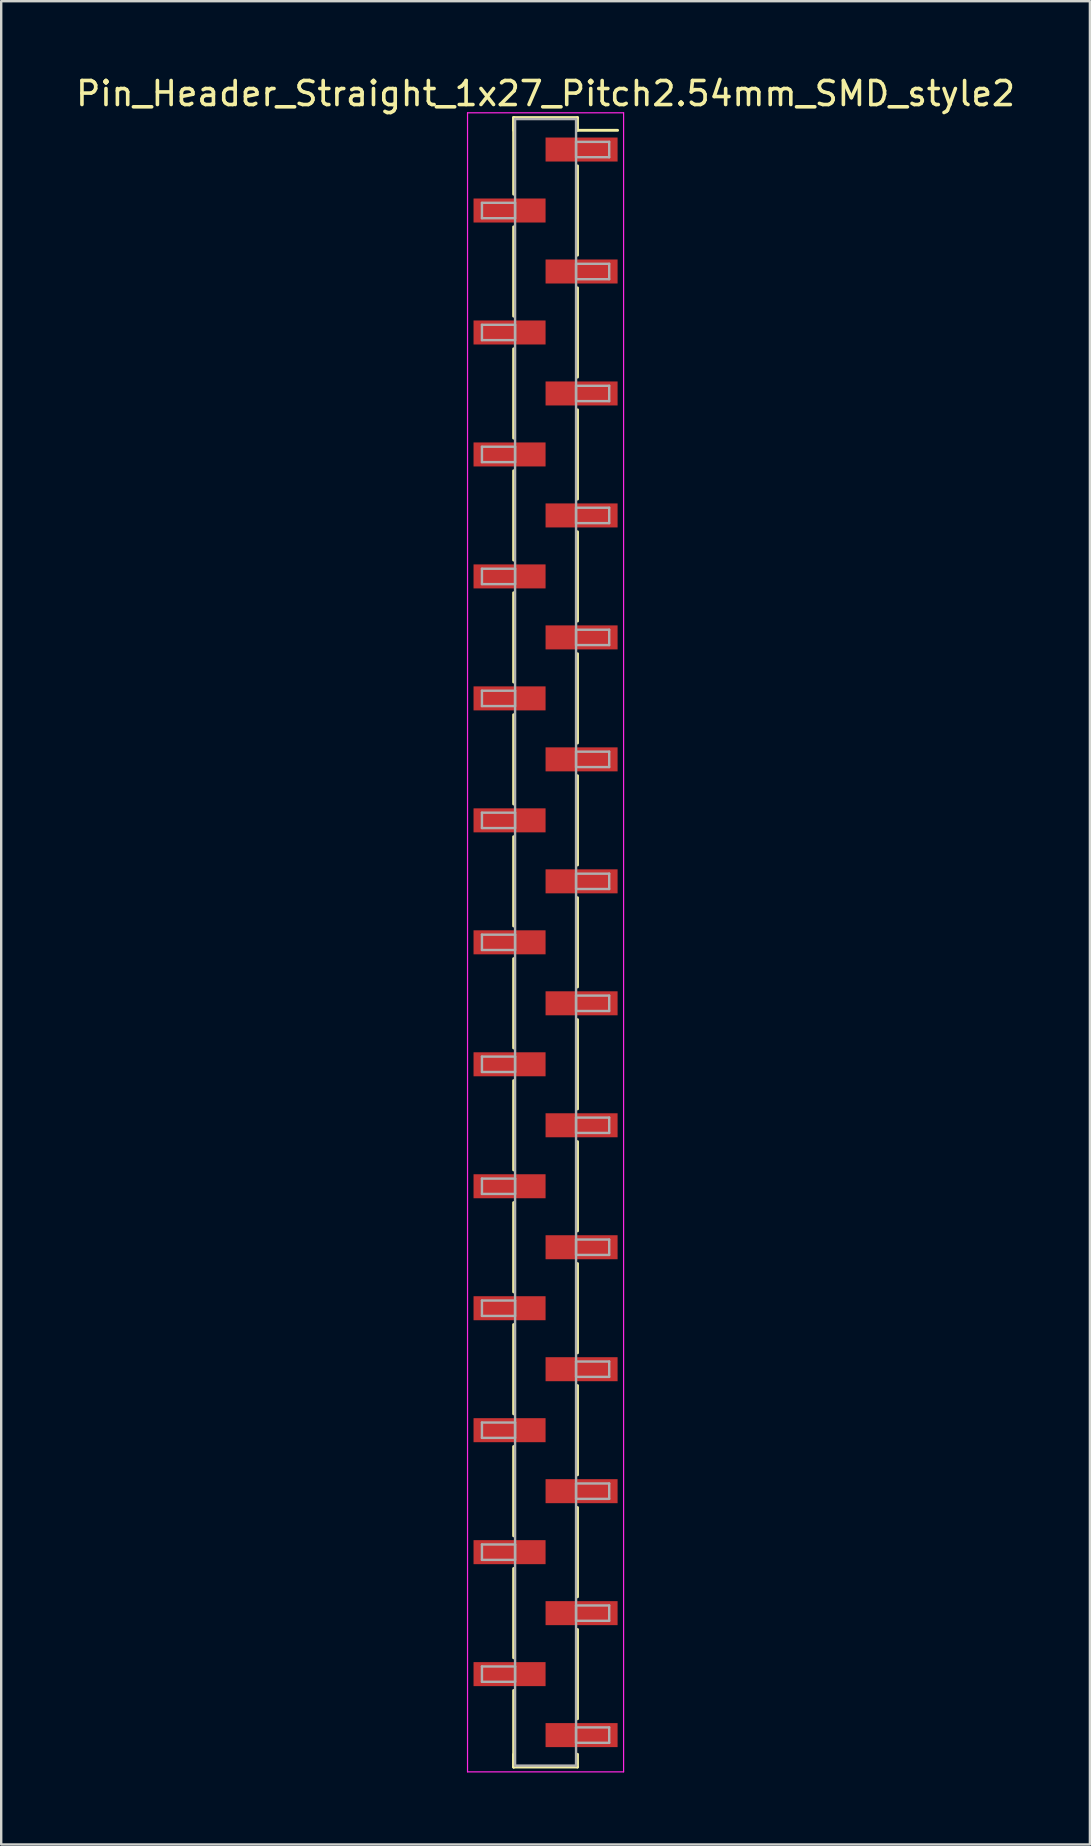
<source format=kicad_pcb>
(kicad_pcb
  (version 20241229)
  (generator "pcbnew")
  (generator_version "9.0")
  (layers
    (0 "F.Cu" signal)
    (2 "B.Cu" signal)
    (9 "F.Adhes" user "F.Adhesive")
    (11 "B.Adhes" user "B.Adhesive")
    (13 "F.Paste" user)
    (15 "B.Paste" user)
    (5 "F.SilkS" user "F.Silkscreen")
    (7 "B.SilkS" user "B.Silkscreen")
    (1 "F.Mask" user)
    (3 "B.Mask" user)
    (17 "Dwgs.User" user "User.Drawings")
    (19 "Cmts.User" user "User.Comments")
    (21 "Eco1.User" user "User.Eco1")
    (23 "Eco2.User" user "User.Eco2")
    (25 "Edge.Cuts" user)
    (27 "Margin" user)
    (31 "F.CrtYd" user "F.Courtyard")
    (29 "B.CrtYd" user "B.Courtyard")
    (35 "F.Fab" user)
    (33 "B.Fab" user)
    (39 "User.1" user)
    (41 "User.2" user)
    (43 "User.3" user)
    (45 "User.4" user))
  (footprint "Pin_Header_Straight_1x27_Pitch2.54mm_SMD_style2"
    (layer "F.Cu")
    (at 19.673 36.198)
    (property "Reference" "Pin_Header_Straight_1x27_Pitch2.54mm_SMD_style2" (at 0 -35.35 0) (layer "F.SilkS") (effects (font (size 1 1) (thickness 0.15))))
    (attr smd)
    (fp_line (start -1.33 -34.35) (end -1.33 -31.16) (stroke (width 0.12) (type solid)) (layer "F.SilkS"))
    (fp_line (start -1.33 -34.35) (end 1.33 -34.35) (stroke (width 0.12) (type solid)) (layer "F.SilkS"))
    (fp_line (start -1.33 -33.82) (end -1.33 -34.35) (stroke (width 0.12) (type solid)) (layer "F.SilkS"))
    (fp_line (start -1.33 -29.8) (end -1.33 -26.08) (stroke (width 0.12) (type solid)) (layer "F.SilkS"))
    (fp_line (start -1.33 -24.72) (end -1.33 -21) (stroke (width 0.12) (type solid)) (layer "F.SilkS"))
    (fp_line (start -1.33 -19.64) (end -1.33 -15.92) (stroke (width 0.12) (type solid)) (layer "F.SilkS"))
    (fp_line (start -1.33 -14.56) (end -1.33 -10.84) (stroke (width 0.12) (type solid)) (layer "F.SilkS"))
    (fp_line (start -1.33 -9.48) (end -1.33 -5.76) (stroke (width 0.12) (type solid)) (layer "F.SilkS"))
    (fp_line (start -1.33 -4.4) (end -1.33 -0.68) (stroke (width 0.12) (type solid)) (layer "F.SilkS"))
    (fp_line (start -1.33 0.68) (end -1.33 4.4) (stroke (width 0.12) (type solid)) (layer "F.SilkS"))
    (fp_line (start -1.33 5.76) (end -1.33 9.48) (stroke (width 0.12) (type solid)) (layer "F.SilkS"))
    (fp_line (start -1.33 10.84) (end -1.33 14.56) (stroke (width 0.12) (type solid)) (layer "F.SilkS"))
    (fp_line (start -1.33 15.92) (end -1.33 19.64) (stroke (width 0.12) (type solid)) (layer "F.SilkS"))
    (fp_line (start -1.33 21) (end -1.33 24.72) (stroke (width 0.12) (type solid)) (layer "F.SilkS"))
    (fp_line (start -1.33 26.08) (end -1.33 29.8) (stroke (width 0.12) (type solid)) (layer "F.SilkS"))
    (fp_line (start -1.33 31.16) (end -1.33 34.35) (stroke (width 0.12) (type solid)) (layer "F.SilkS"))
    (fp_line (start -1.33 33.82) (end -1.33 34.35) (stroke (width 0.12) (type solid)) (layer "F.SilkS"))
    (fp_line (start -1.33 34.35) (end 1.33 34.35) (stroke (width 0.12) (type solid)) (layer "F.SilkS"))
    (fp_line (start 1.33 -34.35) (end 1.33 -33.82) (stroke (width 0.12) (type solid)) (layer "F.SilkS"))
    (fp_line (start 1.33 -33.82) (end 3 -33.82) (stroke (width 0.12) (type solid)) (layer "F.SilkS"))
    (fp_line (start 1.33 -32.34) (end 1.33 -28.62) (stroke (width 0.12) (type solid)) (layer "F.SilkS"))
    (fp_line (start 1.33 -27.26) (end 1.33 -23.54) (stroke (width 0.12) (type solid)) (layer "F.SilkS"))
    (fp_line (start 1.33 -22.18) (end 1.33 -18.46) (stroke (width 0.12) (type solid)) (layer "F.SilkS"))
    (fp_line (start 1.33 -17.1) (end 1.33 -13.38) (stroke (width 0.12) (type solid)) (layer "F.SilkS"))
    (fp_line (start 1.33 -12.02) (end 1.33 -8.3) (stroke (width 0.12) (type solid)) (layer "F.SilkS"))
    (fp_line (start 1.33 -6.94) (end 1.33 -3.22) (stroke (width 0.12) (type solid)) (layer "F.SilkS"))
    (fp_line (start 1.33 -1.86) (end 1.33 1.86) (stroke (width 0.12) (type solid)) (layer "F.SilkS"))
    (fp_line (start 1.33 3.22) (end 1.33 6.94) (stroke (width 0.12) (type solid)) (layer "F.SilkS"))
    (fp_line (start 1.33 8.3) (end 1.33 12.02) (stroke (width 0.12) (type solid)) (layer "F.SilkS"))
    (fp_line (start 1.33 13.38) (end 1.33 17.1) (stroke (width 0.12) (type solid)) (layer "F.SilkS"))
    (fp_line (start 1.33 18.46) (end 1.33 22.18) (stroke (width 0.12) (type solid)) (layer "F.SilkS"))
    (fp_line (start 1.33 23.54) (end 1.33 27.26) (stroke (width 0.12) (type solid)) (layer "F.SilkS"))
    (fp_line (start 1.33 28.62) (end 1.33 32.34) (stroke (width 0.12) (type solid)) (layer "F.SilkS"))
    (fp_line (start 1.33 34.35) (end 1.33 33.82) (stroke (width 0.12) (type solid)) (layer "F.SilkS"))
    (fp_line (start -3.25 -34.55) (end -3.25 34.55) (stroke (width 0.05) (type solid)) (layer "F.CrtYd"))
    (fp_line (start -3.25 34.55) (end 3.25 34.55) (stroke (width 0.05) (type solid)) (layer "F.CrtYd"))
    (fp_line (start 3.25 -34.55) (end -3.25 -34.55) (stroke (width 0.05) (type solid)) (layer "F.CrtYd"))
    (fp_line (start 3.25 34.55) (end 3.25 -34.55) (stroke (width 0.05) (type solid)) (layer "F.CrtYd"))
    (fp_line (start -2.65 -30.8) (end -1.27 -30.8) (stroke (width 0.1) (type solid)) (layer "F.Fab"))
    (fp_line (start -2.65 -30.16) (end -2.65 -30.8) (stroke (width 0.1) (type solid)) (layer "F.Fab"))
    (fp_line (start -2.65 -25.72) (end -1.27 -25.72) (stroke (width 0.1) (type solid)) (layer "F.Fab"))
    (fp_line (start -2.65 -25.08) (end -2.65 -25.72) (stroke (width 0.1) (type solid)) (layer "F.Fab"))
    (fp_line (start -2.65 -20.64) (end -1.27 -20.64) (stroke (width 0.1) (type solid)) (layer "F.Fab"))
    (fp_line (start -2.65 -20) (end -2.65 -20.64) (stroke (width 0.1) (type solid)) (layer "F.Fab"))
    (fp_line (start -2.65 -15.56) (end -1.27 -15.56) (stroke (width 0.1) (type solid)) (layer "F.Fab"))
    (fp_line (start -2.65 -14.92) (end -2.65 -15.56) (stroke (width 0.1) (type solid)) (layer "F.Fab"))
    (fp_line (start -2.65 -10.48) (end -1.27 -10.48) (stroke (width 0.1) (type solid)) (layer "F.Fab"))
    (fp_line (start -2.65 -9.84) (end -2.65 -10.48) (stroke (width 0.1) (type solid)) (layer "F.Fab"))
    (fp_line (start -2.65 -5.4) (end -1.27 -5.4) (stroke (width 0.1) (type solid)) (layer "F.Fab"))
    (fp_line (start -2.65 -4.76) (end -2.65 -5.4) (stroke (width 0.1) (type solid)) (layer "F.Fab"))
    (fp_line (start -2.65 -0.32) (end -1.27 -0.32) (stroke (width 0.1) (type solid)) (layer "F.Fab"))
    (fp_line (start -2.65 0.32) (end -2.65 -0.32) (stroke (width 0.1) (type solid)) (layer "F.Fab"))
    (fp_line (start -2.65 4.76) (end -1.27 4.76) (stroke (width 0.1) (type solid)) (layer "F.Fab"))
    (fp_line (start -2.65 5.4) (end -2.65 4.76) (stroke (width 0.1) (type solid)) (layer "F.Fab"))
    (fp_line (start -2.65 9.84) (end -1.27 9.84) (stroke (width 0.1) (type solid)) (layer "F.Fab"))
    (fp_line (start -2.65 10.48) (end -2.65 9.84) (stroke (width 0.1) (type solid)) (layer "F.Fab"))
    (fp_line (start -2.65 14.92) (end -1.27 14.92) (stroke (width 0.1) (type solid)) (layer "F.Fab"))
    (fp_line (start -2.65 15.56) (end -2.65 14.92) (stroke (width 0.1) (type solid)) (layer "F.Fab"))
    (fp_line (start -2.65 20) (end -1.27 20) (stroke (width 0.1) (type solid)) (layer "F.Fab"))
    (fp_line (start -2.65 20.64) (end -2.65 20) (stroke (width 0.1) (type solid)) (layer "F.Fab"))
    (fp_line (start -2.65 25.08) (end -1.27 25.08) (stroke (width 0.1) (type solid)) (layer "F.Fab"))
    (fp_line (start -2.65 25.72) (end -2.65 25.08) (stroke (width 0.1) (type solid)) (layer "F.Fab"))
    (fp_line (start -2.65 30.16) (end -1.27 30.16) (stroke (width 0.1) (type solid)) (layer "F.Fab"))
    (fp_line (start -2.65 30.8) (end -2.65 30.16) (stroke (width 0.1) (type solid)) (layer "F.Fab"))
    (fp_line (start -1.27 -34.29) (end -1.27 34.29) (stroke (width 0.1) (type solid)) (layer "F.Fab"))
    (fp_line (start -1.27 -30.8) (end -1.27 -30.16) (stroke (width 0.1) (type solid)) (layer "F.Fab"))
    (fp_line (start -1.27 -30.16) (end -2.65 -30.16) (stroke (width 0.1) (type solid)) (layer "F.Fab"))
    (fp_line (start -1.27 -25.72) (end -1.27 -25.08) (stroke (width 0.1) (type solid)) (layer "F.Fab"))
    (fp_line (start -1.27 -25.08) (end -2.65 -25.08) (stroke (width 0.1) (type solid)) (layer "F.Fab"))
    (fp_line (start -1.27 -20.64) (end -1.27 -20) (stroke (width 0.1) (type solid)) (layer "F.Fab"))
    (fp_line (start -1.27 -20) (end -2.65 -20) (stroke (width 0.1) (type solid)) (layer "F.Fab"))
    (fp_line (start -1.27 -15.56) (end -1.27 -14.92) (stroke (width 0.1) (type solid)) (layer "F.Fab"))
    (fp_line (start -1.27 -14.92) (end -2.65 -14.92) (stroke (width 0.1) (type solid)) (layer "F.Fab"))
    (fp_line (start -1.27 -10.48) (end -1.27 -9.84) (stroke (width 0.1) (type solid)) (layer "F.Fab"))
    (fp_line (start -1.27 -9.84) (end -2.65 -9.84) (stroke (width 0.1) (type solid)) (layer "F.Fab"))
    (fp_line (start -1.27 -5.4) (end -1.27 -4.76) (stroke (width 0.1) (type solid)) (layer "F.Fab"))
    (fp_line (start -1.27 -4.76) (end -2.65 -4.76) (stroke (width 0.1) (type solid)) (layer "F.Fab"))
    (fp_line (start -1.27 -0.32) (end -1.27 0.32) (stroke (width 0.1) (type solid)) (layer "F.Fab"))
    (fp_line (start -1.27 0.32) (end -2.65 0.32) (stroke (width 0.1) (type solid)) (layer "F.Fab"))
    (fp_line (start -1.27 4.76) (end -1.27 5.4) (stroke (width 0.1) (type solid)) (layer "F.Fab"))
    (fp_line (start -1.27 5.4) (end -2.65 5.4) (stroke (width 0.1) (type solid)) (layer "F.Fab"))
    (fp_line (start -1.27 9.84) (end -1.27 10.48) (stroke (width 0.1) (type solid)) (layer "F.Fab"))
    (fp_line (start -1.27 10.48) (end -2.65 10.48) (stroke (width 0.1) (type solid)) (layer "F.Fab"))
    (fp_line (start -1.27 14.92) (end -1.27 15.56) (stroke (width 0.1) (type solid)) (layer "F.Fab"))
    (fp_line (start -1.27 15.56) (end -2.65 15.56) (stroke (width 0.1) (type solid)) (layer "F.Fab"))
    (fp_line (start -1.27 20) (end -1.27 20.64) (stroke (width 0.1) (type solid)) (layer "F.Fab"))
    (fp_line (start -1.27 20.64) (end -2.65 20.64) (stroke (width 0.1) (type solid)) (layer "F.Fab"))
    (fp_line (start -1.27 25.08) (end -1.27 25.72) (stroke (width 0.1) (type solid)) (layer "F.Fab"))
    (fp_line (start -1.27 25.72) (end -2.65 25.72) (stroke (width 0.1) (type solid)) (layer "F.Fab"))
    (fp_line (start -1.27 30.16) (end -1.27 30.8) (stroke (width 0.1) (type solid)) (layer "F.Fab"))
    (fp_line (start -1.27 30.8) (end -2.65 30.8) (stroke (width 0.1) (type solid)) (layer "F.Fab"))
    (fp_line (start -1.27 34.29) (end 1.27 34.29) (stroke (width 0.1) (type solid)) (layer "F.Fab"))
    (fp_line (start 1.27 -34.29) (end -1.27 -34.29) (stroke (width 0.1) (type solid)) (layer "F.Fab"))
    (fp_line (start 1.27 -33.34) (end 1.27 -32.7) (stroke (width 0.1) (type solid)) (layer "F.Fab"))
    (fp_line (start 1.27 -32.7) (end 2.65 -32.7) (stroke (width 0.1) (type solid)) (layer "F.Fab"))
    (fp_line (start 1.27 -28.26) (end 1.27 -27.62) (stroke (width 0.1) (type solid)) (layer "F.Fab"))
    (fp_line (start 1.27 -27.62) (end 2.65 -27.62) (stroke (width 0.1) (type solid)) (layer "F.Fab"))
    (fp_line (start 1.27 -23.18) (end 1.27 -22.54) (stroke (width 0.1) (type solid)) (layer "F.Fab"))
    (fp_line (start 1.27 -22.54) (end 2.65 -22.54) (stroke (width 0.1) (type solid)) (layer "F.Fab"))
    (fp_line (start 1.27 -18.1) (end 1.27 -17.46) (stroke (width 0.1) (type solid)) (layer "F.Fab"))
    (fp_line (start 1.27 -17.46) (end 2.65 -17.46) (stroke (width 0.1) (type solid)) (layer "F.Fab"))
    (fp_line (start 1.27 -13.02) (end 1.27 -12.38) (stroke (width 0.1) (type solid)) (layer "F.Fab"))
    (fp_line (start 1.27 -12.38) (end 2.65 -12.38) (stroke (width 0.1) (type solid)) (layer "F.Fab"))
    (fp_line (start 1.27 -7.94) (end 1.27 -7.3) (stroke (width 0.1) (type solid)) (layer "F.Fab"))
    (fp_line (start 1.27 -7.3) (end 2.65 -7.3) (stroke (width 0.1) (type solid)) (layer "F.Fab"))
    (fp_line (start 1.27 -2.86) (end 1.27 -2.22) (stroke (width 0.1) (type solid)) (layer "F.Fab"))
    (fp_line (start 1.27 -2.22) (end 2.65 -2.22) (stroke (width 0.1) (type solid)) (layer "F.Fab"))
    (fp_line (start 1.27 2.22) (end 1.27 2.86) (stroke (width 0.1) (type solid)) (layer "F.Fab"))
    (fp_line (start 1.27 2.86) (end 2.65 2.86) (stroke (width 0.1) (type solid)) (layer "F.Fab"))
    (fp_line (start 1.27 7.3) (end 1.27 7.94) (stroke (width 0.1) (type solid)) (layer "F.Fab"))
    (fp_line (start 1.27 7.94) (end 2.65 7.94) (stroke (width 0.1) (type solid)) (layer "F.Fab"))
    (fp_line (start 1.27 12.38) (end 1.27 13.02) (stroke (width 0.1) (type solid)) (layer "F.Fab"))
    (fp_line (start 1.27 13.02) (end 2.65 13.02) (stroke (width 0.1) (type solid)) (layer "F.Fab"))
    (fp_line (start 1.27 17.46) (end 1.27 18.1) (stroke (width 0.1) (type solid)) (layer "F.Fab"))
    (fp_line (start 1.27 18.1) (end 2.65 18.1) (stroke (width 0.1) (type solid)) (layer "F.Fab"))
    (fp_line (start 1.27 22.54) (end 1.27 23.18) (stroke (width 0.1) (type solid)) (layer "F.Fab"))
    (fp_line (start 1.27 23.18) (end 2.65 23.18) (stroke (width 0.1) (type solid)) (layer "F.Fab"))
    (fp_line (start 1.27 27.62) (end 1.27 28.26) (stroke (width 0.1) (type solid)) (layer "F.Fab"))
    (fp_line (start 1.27 28.26) (end 2.65 28.26) (stroke (width 0.1) (type solid)) (layer "F.Fab"))
    (fp_line (start 1.27 32.7) (end 1.27 33.34) (stroke (width 0.1) (type solid)) (layer "F.Fab"))
    (fp_line (start 1.27 33.34) (end 2.65 33.34) (stroke (width 0.1) (type solid)) (layer "F.Fab"))
    (fp_line (start 1.27 34.29) (end 1.27 -34.29) (stroke (width 0.1) (type solid)) (layer "F.Fab"))
    (fp_line (start 2.65 -33.34) (end 1.27 -33.34) (stroke (width 0.1) (type solid)) (layer "F.Fab"))
    (fp_line (start 2.65 -32.7) (end 2.65 -33.34) (stroke (width 0.1) (type solid)) (layer "F.Fab"))
    (fp_line (start 2.65 -28.26) (end 1.27 -28.26) (stroke (width 0.1) (type solid)) (layer "F.Fab"))
    (fp_line (start 2.65 -27.62) (end 2.65 -28.26) (stroke (width 0.1) (type solid)) (layer "F.Fab"))
    (fp_line (start 2.65 -23.18) (end 1.27 -23.18) (stroke (width 0.1) (type solid)) (layer "F.Fab"))
    (fp_line (start 2.65 -22.54) (end 2.65 -23.18) (stroke (width 0.1) (type solid)) (layer "F.Fab"))
    (fp_line (start 2.65 -18.1) (end 1.27 -18.1) (stroke (width 0.1) (type solid)) (layer "F.Fab"))
    (fp_line (start 2.65 -17.46) (end 2.65 -18.1) (stroke (width 0.1) (type solid)) (layer "F.Fab"))
    (fp_line (start 2.65 -13.02) (end 1.27 -13.02) (stroke (width 0.1) (type solid)) (layer "F.Fab"))
    (fp_line (start 2.65 -12.38) (end 2.65 -13.02) (stroke (width 0.1) (type solid)) (layer "F.Fab"))
    (fp_line (start 2.65 -7.94) (end 1.27 -7.94) (stroke (width 0.1) (type solid)) (layer "F.Fab"))
    (fp_line (start 2.65 -7.3) (end 2.65 -7.94) (stroke (width 0.1) (type solid)) (layer "F.Fab"))
    (fp_line (start 2.65 -2.86) (end 1.27 -2.86) (stroke (width 0.1) (type solid)) (layer "F.Fab"))
    (fp_line (start 2.65 -2.22) (end 2.65 -2.86) (stroke (width 0.1) (type solid)) (layer "F.Fab"))
    (fp_line (start 2.65 2.22) (end 1.27 2.22) (stroke (width 0.1) (type solid)) (layer "F.Fab"))
    (fp_line (start 2.65 2.86) (end 2.65 2.22) (stroke (width 0.1) (type solid)) (layer "F.Fab"))
    (fp_line (start 2.65 7.3) (end 1.27 7.3) (stroke (width 0.1) (type solid)) (layer "F.Fab"))
    (fp_line (start 2.65 7.94) (end 2.65 7.3) (stroke (width 0.1) (type solid)) (layer "F.Fab"))
    (fp_line (start 2.65 12.38) (end 1.27 12.38) (stroke (width 0.1) (type solid)) (layer "F.Fab"))
    (fp_line (start 2.65 13.02) (end 2.65 12.38) (stroke (width 0.1) (type solid)) (layer "F.Fab"))
    (fp_line (start 2.65 17.46) (end 1.27 17.46) (stroke (width 0.1) (type solid)) (layer "F.Fab"))
    (fp_line (start 2.65 18.1) (end 2.65 17.46) (stroke (width 0.1) (type solid)) (layer "F.Fab"))
    (fp_line (start 2.65 22.54) (end 1.27 22.54) (stroke (width 0.1) (type solid)) (layer "F.Fab"))
    (fp_line (start 2.65 23.18) (end 2.65 22.54) (stroke (width 0.1) (type solid)) (layer "F.Fab"))
    (fp_line (start 2.65 27.62) (end 1.27 27.62) (stroke (width 0.1) (type solid)) (layer "F.Fab"))
    (fp_line (start 2.65 28.26) (end 2.65 27.62) (stroke (width 0.1) (type solid)) (layer "F.Fab"))
    (fp_line (start 2.65 32.7) (end 1.27 32.7) (stroke (width 0.1) (type solid)) (layer "F.Fab"))
    (fp_line (start 2.65 33.34) (end 2.65 32.7) (stroke (width 0.1) (type solid)) (layer "F.Fab"))
    (pad "1" smd rect (at 1.5 -33.02) (size 3 1) (layers "F.Cu" "F.Mask"))
    (pad "2" smd rect (at -1.5 -30.48) (size 3 1) (layers "F.Cu" "F.Mask"))
    (pad "3" smd rect (at 1.5 -27.94) (size 3 1) (layers "F.Cu" "F.Mask"))
    (pad "4" smd rect (at -1.5 -25.4) (size 3 1) (layers "F.Cu" "F.Mask"))
    (pad "5" smd rect (at 1.5 -22.86) (size 3 1) (layers "F.Cu" "F.Mask"))
    (pad "6" smd rect (at -1.5 -20.32) (size 3 1) (layers "F.Cu" "F.Mask"))
    (pad "7" smd rect (at 1.5 -17.78) (size 3 1) (layers "F.Cu" "F.Mask"))
    (pad "8" smd rect (at -1.5 -15.24) (size 3 1) (layers "F.Cu" "F.Mask"))
    (pad "9" smd rect (at 1.5 -12.7) (size 3 1) (layers "F.Cu" "F.Mask"))
    (pad "10" smd rect (at -1.5 -10.16) (size 3 1) (layers "F.Cu" "F.Mask"))
    (pad "11" smd rect (at 1.5 -7.62) (size 3 1) (layers "F.Cu" "F.Mask"))
    (pad "12" smd rect (at -1.5 -5.08) (size 3 1) (layers "F.Cu" "F.Mask"))
    (pad "13" smd rect (at 1.5 -2.54) (size 3 1) (layers "F.Cu" "F.Mask"))
    (pad "14" smd rect (at -1.5 0) (size 3 1) (layers "F.Cu" "F.Mask"))
    (pad "15" smd rect (at 1.5 2.54) (size 3 1) (layers "F.Cu" "F.Mask"))
    (pad "16" smd rect (at -1.5 5.08) (size 3 1) (layers "F.Cu" "F.Mask"))
    (pad "17" smd rect (at 1.5 7.62) (size 3 1) (layers "F.Cu" "F.Mask"))
    (pad "18" smd rect (at -1.5 10.16) (size 3 1) (layers "F.Cu" "F.Mask"))
    (pad "19" smd rect (at 1.5 12.7) (size 3 1) (layers "F.Cu" "F.Mask"))
    (pad "20" smd rect (at -1.5 15.24) (size 3 1) (layers "F.Cu" "F.Mask"))
    (pad "21" smd rect (at 1.5 17.78) (size 3 1) (layers "F.Cu" "F.Mask"))
    (pad "22" smd rect (at -1.5 20.32) (size 3 1) (layers "F.Cu" "F.Mask"))
    (pad "23" smd rect (at 1.5 22.86) (size 3 1) (layers "F.Cu" "F.Mask"))
    (pad "24" smd rect (at -1.5 25.4) (size 3 1) (layers "F.Cu" "F.Mask"))
    (pad "25" smd rect (at 1.5 27.94) (size 3 1) (layers "F.Cu" "F.Mask"))
    (pad "26" smd rect (at -1.5 30.48) (size 3 1) (layers "F.Cu" "F.Mask"))
    (pad "27" smd rect (at 1.5 33.02) (size 3 1) (layers "F.Cu" "F.Mask")))
  (gr_rect
    (start -3 -3)
    (end 42.345 73.773)
    (stroke (width 0.1) (type default))
    (fill no)
    (layer "Edge.Cuts")))
</source>
